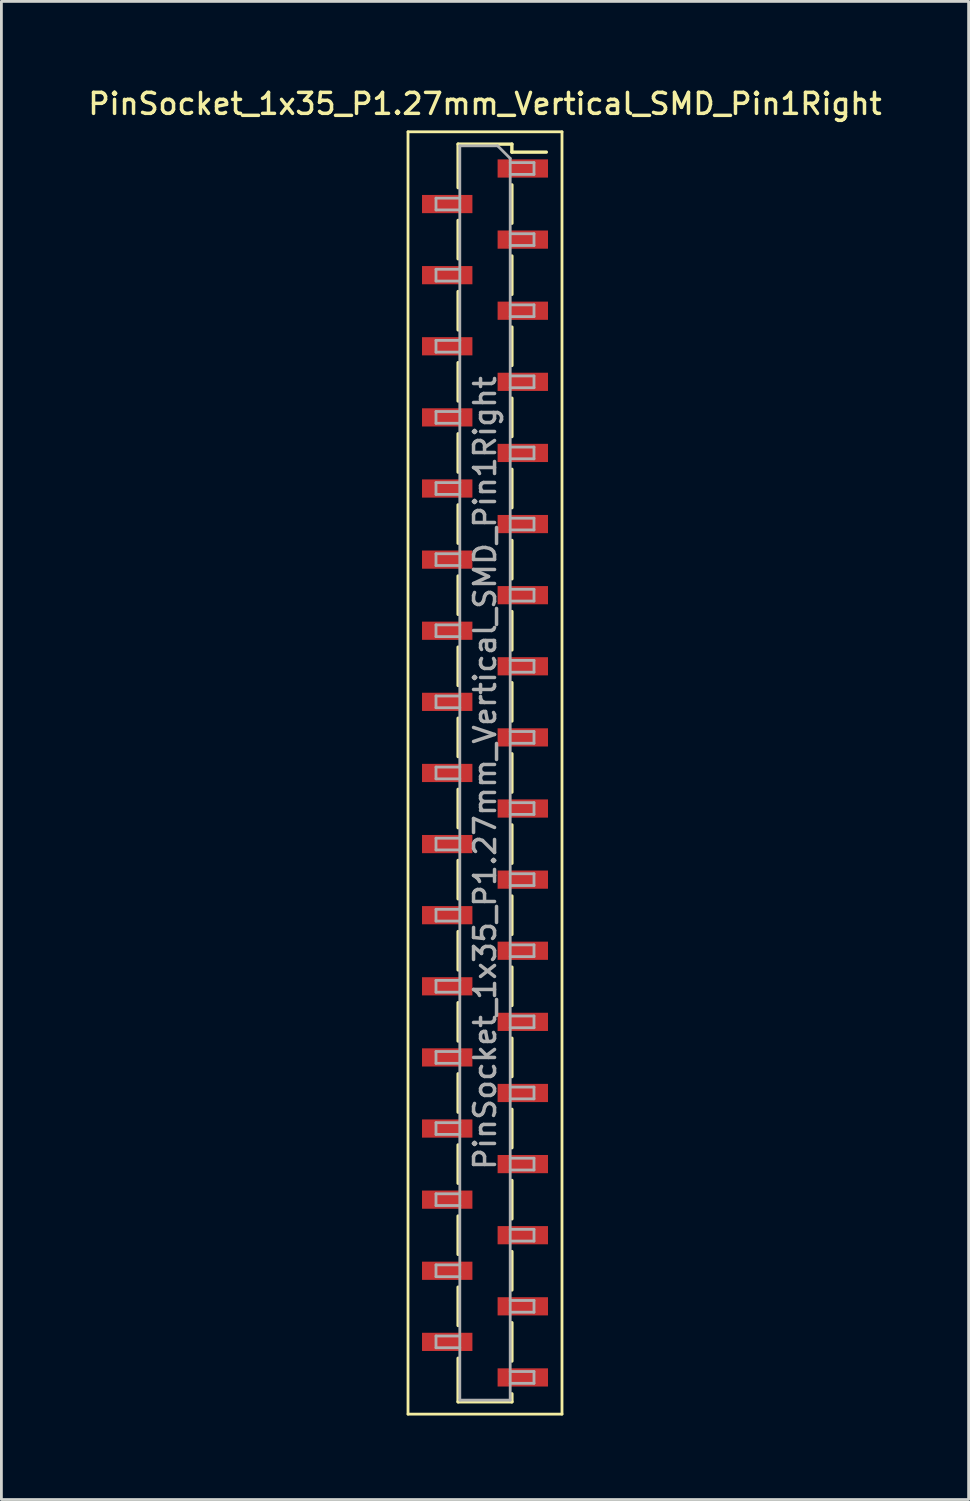
<source format=kicad_pcb>
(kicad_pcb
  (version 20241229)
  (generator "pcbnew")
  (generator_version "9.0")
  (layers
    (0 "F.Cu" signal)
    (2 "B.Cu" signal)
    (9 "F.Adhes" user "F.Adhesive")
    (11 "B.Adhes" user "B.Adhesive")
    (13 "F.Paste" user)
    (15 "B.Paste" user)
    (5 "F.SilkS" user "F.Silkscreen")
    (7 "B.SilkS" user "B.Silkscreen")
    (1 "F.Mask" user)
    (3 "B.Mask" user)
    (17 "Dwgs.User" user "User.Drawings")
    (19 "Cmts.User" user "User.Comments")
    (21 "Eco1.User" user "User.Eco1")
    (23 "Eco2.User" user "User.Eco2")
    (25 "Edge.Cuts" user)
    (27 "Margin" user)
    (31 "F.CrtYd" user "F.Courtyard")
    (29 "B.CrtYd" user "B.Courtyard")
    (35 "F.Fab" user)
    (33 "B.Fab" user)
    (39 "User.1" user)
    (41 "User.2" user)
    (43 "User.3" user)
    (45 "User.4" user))
  (footprint "PinSocket_1x35_P1.27mm_Vertical_SMD_Pin1Right"
    (layer "F.Cu")
    (at 14.273 24.558)
    (property "Reference" "PinSocket_1x35_P1.27mm_Vertical_SMD_Pin1Right" (at 0 -23.9 0) (layer "F.SilkS") (effects (font (size 0.75 0.75) (thickness 0.125))))
    (attr smd)
    (fp_line (start -2.75 -22.9) (end 2.75 -22.9) (stroke (width 0.1) (type solid)) (layer "F.SilkS"))
    (fp_line (start -2.75 22.9) (end -2.75 -22.9) (stroke (width 0.1) (type solid)) (layer "F.SilkS"))
    (fp_line (start -0.96 -22.46) (end -0.96 -20.905) (stroke (width 0.12) (type solid)) (layer "F.SilkS"))
    (fp_line (start -0.96 -22.46) (end 0.96 -22.46) (stroke (width 0.12) (type solid)) (layer "F.SilkS"))
    (fp_line (start -0.96 -19.735) (end -0.96 -18.365) (stroke (width 0.12) (type solid)) (layer "F.SilkS"))
    (fp_line (start -0.96 -17.195) (end -0.96 -15.825) (stroke (width 0.12) (type solid)) (layer "F.SilkS"))
    (fp_line (start -0.96 -14.655) (end -0.96 -13.285) (stroke (width 0.12) (type solid)) (layer "F.SilkS"))
    (fp_line (start -0.96 -12.115) (end -0.96 -10.745) (stroke (width 0.12) (type solid)) (layer "F.SilkS"))
    (fp_line (start -0.96 -9.575) (end -0.96 -8.205) (stroke (width 0.12) (type solid)) (layer "F.SilkS"))
    (fp_line (start -0.96 -7.035) (end -0.96 -5.665) (stroke (width 0.12) (type solid)) (layer "F.SilkS"))
    (fp_line (start -0.96 -4.495) (end -0.96 -3.125) (stroke (width 0.12) (type solid)) (layer "F.SilkS"))
    (fp_line (start -0.96 -1.955) (end -0.96 -0.585) (stroke (width 0.12) (type solid)) (layer "F.SilkS"))
    (fp_line (start -0.96 0.585) (end -0.96 1.955) (stroke (width 0.12) (type solid)) (layer "F.SilkS"))
    (fp_line (start -0.96 3.125) (end -0.96 4.495) (stroke (width 0.12) (type solid)) (layer "F.SilkS"))
    (fp_line (start -0.96 5.665) (end -0.96 7.035) (stroke (width 0.12) (type solid)) (layer "F.SilkS"))
    (fp_line (start -0.96 8.205) (end -0.96 9.575) (stroke (width 0.12) (type solid)) (layer "F.SilkS"))
    (fp_line (start -0.96 10.745) (end -0.96 12.115) (stroke (width 0.12) (type solid)) (layer "F.SilkS"))
    (fp_line (start -0.96 13.285) (end -0.96 14.655) (stroke (width 0.12) (type solid)) (layer "F.SilkS"))
    (fp_line (start -0.96 15.825) (end -0.96 17.195) (stroke (width 0.12) (type solid)) (layer "F.SilkS"))
    (fp_line (start -0.96 18.365) (end -0.96 19.735) (stroke (width 0.12) (type solid)) (layer "F.SilkS"))
    (fp_line (start -0.96 20.905) (end -0.96 22.46) (stroke (width 0.12) (type solid)) (layer "F.SilkS"))
    (fp_line (start -0.96 22.46) (end 0.96 22.46) (stroke (width 0.12) (type solid)) (layer "F.SilkS"))
    (fp_line (start 0.96 -22.46) (end 0.96 -22.175) (stroke (width 0.12) (type solid)) (layer "F.SilkS"))
    (fp_line (start 0.96 -22.175) (end 2.19 -22.175) (stroke (width 0.12) (type solid)) (layer "F.SilkS"))
    (fp_line (start 0.96 -21.005) (end 0.96 -19.635) (stroke (width 0.12) (type solid)) (layer "F.SilkS"))
    (fp_line (start 0.96 -18.465) (end 0.96 -17.095) (stroke (width 0.12) (type solid)) (layer "F.SilkS"))
    (fp_line (start 0.96 -15.925) (end 0.96 -14.555) (stroke (width 0.12) (type solid)) (layer "F.SilkS"))
    (fp_line (start 0.96 -13.385) (end 0.96 -12.015) (stroke (width 0.12) (type solid)) (layer "F.SilkS"))
    (fp_line (start 0.96 -10.845) (end 0.96 -9.475) (stroke (width 0.12) (type solid)) (layer "F.SilkS"))
    (fp_line (start 0.96 -8.305) (end 0.96 -6.935) (stroke (width 0.12) (type solid)) (layer "F.SilkS"))
    (fp_line (start 0.96 -5.765) (end 0.96 -4.395) (stroke (width 0.12) (type solid)) (layer "F.SilkS"))
    (fp_line (start 0.96 -3.225) (end 0.96 -1.855) (stroke (width 0.12) (type solid)) (layer "F.SilkS"))
    (fp_line (start 0.96 -0.685) (end 0.96 0.685) (stroke (width 0.12) (type solid)) (layer "F.SilkS"))
    (fp_line (start 0.96 1.855) (end 0.96 3.225) (stroke (width 0.12) (type solid)) (layer "F.SilkS"))
    (fp_line (start 0.96 4.395) (end 0.96 5.765) (stroke (width 0.12) (type solid)) (layer "F.SilkS"))
    (fp_line (start 0.96 6.935) (end 0.96 8.305) (stroke (width 0.12) (type solid)) (layer "F.SilkS"))
    (fp_line (start 0.96 9.475) (end 0.96 10.845) (stroke (width 0.12) (type solid)) (layer "F.SilkS"))
    (fp_line (start 0.96 12.015) (end 0.96 13.385) (stroke (width 0.12) (type solid)) (layer "F.SilkS"))
    (fp_line (start 0.96 14.555) (end 0.96 15.925) (stroke (width 0.12) (type solid)) (layer "F.SilkS"))
    (fp_line (start 0.96 17.095) (end 0.96 18.465) (stroke (width 0.12) (type solid)) (layer "F.SilkS"))
    (fp_line (start 0.96 19.635) (end 0.96 21.005) (stroke (width 0.12) (type solid)) (layer "F.SilkS"))
    (fp_line (start 0.96 22.175) (end 0.96 22.46) (stroke (width 0.12) (type solid)) (layer "F.SilkS"))
    (fp_line (start 2.75 -22.9) (end 2.75 22.9) (stroke (width 0.1) (type solid)) (layer "F.SilkS"))
    (fp_line (start 2.75 22.9) (end -2.75 22.9) (stroke (width 0.1) (type solid)) (layer "F.SilkS"))
    (fp_line (start -1.75 -20.53) (end -0.9 -20.53) (stroke (width 0.1) (type solid)) (layer "F.Fab"))
    (fp_line (start -1.75 -20.11) (end -1.75 -20.53) (stroke (width 0.1) (type solid)) (layer "F.Fab"))
    (fp_line (start -1.75 -17.99) (end -0.9 -17.99) (stroke (width 0.1) (type solid)) (layer "F.Fab"))
    (fp_line (start -1.75 -17.57) (end -1.75 -17.99) (stroke (width 0.1) (type solid)) (layer "F.Fab"))
    (fp_line (start -1.75 -15.45) (end -0.9 -15.45) (stroke (width 0.1) (type solid)) (layer "F.Fab"))
    (fp_line (start -1.75 -15.03) (end -1.75 -15.45) (stroke (width 0.1) (type solid)) (layer "F.Fab"))
    (fp_line (start -1.75 -12.91) (end -0.9 -12.91) (stroke (width 0.1) (type solid)) (layer "F.Fab"))
    (fp_line (start -1.75 -12.49) (end -1.75 -12.91) (stroke (width 0.1) (type solid)) (layer "F.Fab"))
    (fp_line (start -1.75 -10.37) (end -0.9 -10.37) (stroke (width 0.1) (type solid)) (layer "F.Fab"))
    (fp_line (start -1.75 -9.95) (end -1.75 -10.37) (stroke (width 0.1) (type solid)) (layer "F.Fab"))
    (fp_line (start -1.75 -7.83) (end -0.9 -7.83) (stroke (width 0.1) (type solid)) (layer "F.Fab"))
    (fp_line (start -1.75 -7.41) (end -1.75 -7.83) (stroke (width 0.1) (type solid)) (layer "F.Fab"))
    (fp_line (start -1.75 -5.29) (end -0.9 -5.29) (stroke (width 0.1) (type solid)) (layer "F.Fab"))
    (fp_line (start -1.75 -4.87) (end -1.75 -5.29) (stroke (width 0.1) (type solid)) (layer "F.Fab"))
    (fp_line (start -1.75 -2.75) (end -0.9 -2.75) (stroke (width 0.1) (type solid)) (layer "F.Fab"))
    (fp_line (start -1.75 -2.33) (end -1.75 -2.75) (stroke (width 0.1) (type solid)) (layer "F.Fab"))
    (fp_line (start -1.75 -0.21) (end -0.9 -0.21) (stroke (width 0.1) (type solid)) (layer "F.Fab"))
    (fp_line (start -1.75 0.21) (end -1.75 -0.21) (stroke (width 0.1) (type solid)) (layer "F.Fab"))
    (fp_line (start -1.75 2.33) (end -0.9 2.33) (stroke (width 0.1) (type solid)) (layer "F.Fab"))
    (fp_line (start -1.75 2.75) (end -1.75 2.33) (stroke (width 0.1) (type solid)) (layer "F.Fab"))
    (fp_line (start -1.75 4.87) (end -0.9 4.87) (stroke (width 0.1) (type solid)) (layer "F.Fab"))
    (fp_line (start -1.75 5.29) (end -1.75 4.87) (stroke (width 0.1) (type solid)) (layer "F.Fab"))
    (fp_line (start -1.75 7.41) (end -0.9 7.41) (stroke (width 0.1) (type solid)) (layer "F.Fab"))
    (fp_line (start -1.75 7.83) (end -1.75 7.41) (stroke (width 0.1) (type solid)) (layer "F.Fab"))
    (fp_line (start -1.75 9.95) (end -0.9 9.95) (stroke (width 0.1) (type solid)) (layer "F.Fab"))
    (fp_line (start -1.75 10.37) (end -1.75 9.95) (stroke (width 0.1) (type solid)) (layer "F.Fab"))
    (fp_line (start -1.75 12.49) (end -0.9 12.49) (stroke (width 0.1) (type solid)) (layer "F.Fab"))
    (fp_line (start -1.75 12.91) (end -1.75 12.49) (stroke (width 0.1) (type solid)) (layer "F.Fab"))
    (fp_line (start -1.75 15.03) (end -0.9 15.03) (stroke (width 0.1) (type solid)) (layer "F.Fab"))
    (fp_line (start -1.75 15.45) (end -1.75 15.03) (stroke (width 0.1) (type solid)) (layer "F.Fab"))
    (fp_line (start -1.75 17.57) (end -0.9 17.57) (stroke (width 0.1) (type solid)) (layer "F.Fab"))
    (fp_line (start -1.75 17.99) (end -1.75 17.57) (stroke (width 0.1) (type solid)) (layer "F.Fab"))
    (fp_line (start -1.75 20.11) (end -0.9 20.11) (stroke (width 0.1) (type solid)) (layer "F.Fab"))
    (fp_line (start -1.75 20.53) (end -1.75 20.11) (stroke (width 0.1) (type solid)) (layer "F.Fab"))
    (fp_line (start -0.9 -22.4) (end 0.45 -22.4) (stroke (width 0.1) (type solid)) (layer "F.Fab"))
    (fp_line (start -0.9 -20.11) (end -1.75 -20.11) (stroke (width 0.1) (type solid)) (layer "F.Fab"))
    (fp_line (start -0.9 -17.57) (end -1.75 -17.57) (stroke (width 0.1) (type solid)) (layer "F.Fab"))
    (fp_line (start -0.9 -15.03) (end -1.75 -15.03) (stroke (width 0.1) (type solid)) (layer "F.Fab"))
    (fp_line (start -0.9 -12.49) (end -1.75 -12.49) (stroke (width 0.1) (type solid)) (layer "F.Fab"))
    (fp_line (start -0.9 -9.95) (end -1.75 -9.95) (stroke (width 0.1) (type solid)) (layer "F.Fab"))
    (fp_line (start -0.9 -7.41) (end -1.75 -7.41) (stroke (width 0.1) (type solid)) (layer "F.Fab"))
    (fp_line (start -0.9 -4.87) (end -1.75 -4.87) (stroke (width 0.1) (type solid)) (layer "F.Fab"))
    (fp_line (start -0.9 -2.33) (end -1.75 -2.33) (stroke (width 0.1) (type solid)) (layer "F.Fab"))
    (fp_line (start -0.9 0.21) (end -1.75 0.21) (stroke (width 0.1) (type solid)) (layer "F.Fab"))
    (fp_line (start -0.9 2.75) (end -1.75 2.75) (stroke (width 0.1) (type solid)) (layer "F.Fab"))
    (fp_line (start -0.9 5.29) (end -1.75 5.29) (stroke (width 0.1) (type solid)) (layer "F.Fab"))
    (fp_line (start -0.9 7.83) (end -1.75 7.83) (stroke (width 0.1) (type solid)) (layer "F.Fab"))
    (fp_line (start -0.9 10.37) (end -1.75 10.37) (stroke (width 0.1) (type solid)) (layer "F.Fab"))
    (fp_line (start -0.9 12.91) (end -1.75 12.91) (stroke (width 0.1) (type solid)) (layer "F.Fab"))
    (fp_line (start -0.9 15.45) (end -1.75 15.45) (stroke (width 0.1) (type solid)) (layer "F.Fab"))
    (fp_line (start -0.9 17.99) (end -1.75 17.99) (stroke (width 0.1) (type solid)) (layer "F.Fab"))
    (fp_line (start -0.9 20.53) (end -1.75 20.53) (stroke (width 0.1) (type solid)) (layer "F.Fab"))
    (fp_line (start -0.9 22.4) (end -0.9 -22.4) (stroke (width 0.1) (type solid)) (layer "F.Fab"))
    (fp_line (start 0.45 -22.4) (end 0.9 -21.95) (stroke (width 0.1) (type solid)) (layer "F.Fab"))
    (fp_line (start 0.9 -21.95) (end 0.9 22.4) (stroke (width 0.1) (type solid)) (layer "F.Fab"))
    (fp_line (start 0.9 -21.8) (end 1.75 -21.8) (stroke (width 0.1) (type solid)) (layer "F.Fab"))
    (fp_line (start 0.9 -19.26) (end 1.75 -19.26) (stroke (width 0.1) (type solid)) (layer "F.Fab"))
    (fp_line (start 0.9 -16.72) (end 1.75 -16.72) (stroke (width 0.1) (type solid)) (layer "F.Fab"))
    (fp_line (start 0.9 -14.18) (end 1.75 -14.18) (stroke (width 0.1) (type solid)) (layer "F.Fab"))
    (fp_line (start 0.9 -11.64) (end 1.75 -11.64) (stroke (width 0.1) (type solid)) (layer "F.Fab"))
    (fp_line (start 0.9 -9.1) (end 1.75 -9.1) (stroke (width 0.1) (type solid)) (layer "F.Fab"))
    (fp_line (start 0.9 -6.56) (end 1.75 -6.56) (stroke (width 0.1) (type solid)) (layer "F.Fab"))
    (fp_line (start 0.9 -4.02) (end 1.75 -4.02) (stroke (width 0.1) (type solid)) (layer "F.Fab"))
    (fp_line (start 0.9 -1.48) (end 1.75 -1.48) (stroke (width 0.1) (type solid)) (layer "F.Fab"))
    (fp_line (start 0.9 1.06) (end 1.75 1.06) (stroke (width 0.1) (type solid)) (layer "F.Fab"))
    (fp_line (start 0.9 3.6) (end 1.75 3.6) (stroke (width 0.1) (type solid)) (layer "F.Fab"))
    (fp_line (start 0.9 6.14) (end 1.75 6.14) (stroke (width 0.1) (type solid)) (layer "F.Fab"))
    (fp_line (start 0.9 8.68) (end 1.75 8.68) (stroke (width 0.1) (type solid)) (layer "F.Fab"))
    (fp_line (start 0.9 11.22) (end 1.75 11.22) (stroke (width 0.1) (type solid)) (layer "F.Fab"))
    (fp_line (start 0.9 13.76) (end 1.75 13.76) (stroke (width 0.1) (type solid)) (layer "F.Fab"))
    (fp_line (start 0.9 16.3) (end 1.75 16.3) (stroke (width 0.1) (type solid)) (layer "F.Fab"))
    (fp_line (start 0.9 18.84) (end 1.75 18.84) (stroke (width 0.1) (type solid)) (layer "F.Fab"))
    (fp_line (start 0.9 21.38) (end 1.75 21.38) (stroke (width 0.1) (type solid)) (layer "F.Fab"))
    (fp_line (start 0.9 22.4) (end -0.9 22.4) (stroke (width 0.1) (type solid)) (layer "F.Fab"))
    (fp_line (start 1.75 -21.8) (end 1.75 -21.38) (stroke (width 0.1) (type solid)) (layer "F.Fab"))
    (fp_line (start 1.75 -21.38) (end 0.9 -21.38) (stroke (width 0.1) (type solid)) (layer "F.Fab"))
    (fp_line (start 1.75 -19.26) (end 1.75 -18.84) (stroke (width 0.1) (type solid)) (layer "F.Fab"))
    (fp_line (start 1.75 -18.84) (end 0.9 -18.84) (stroke (width 0.1) (type solid)) (layer "F.Fab"))
    (fp_line (start 1.75 -16.72) (end 1.75 -16.3) (stroke (width 0.1) (type solid)) (layer "F.Fab"))
    (fp_line (start 1.75 -16.3) (end 0.9 -16.3) (stroke (width 0.1) (type solid)) (layer "F.Fab"))
    (fp_line (start 1.75 -14.18) (end 1.75 -13.76) (stroke (width 0.1) (type solid)) (layer "F.Fab"))
    (fp_line (start 1.75 -13.76) (end 0.9 -13.76) (stroke (width 0.1) (type solid)) (layer "F.Fab"))
    (fp_line (start 1.75 -11.64) (end 1.75 -11.22) (stroke (width 0.1) (type solid)) (layer "F.Fab"))
    (fp_line (start 1.75 -11.22) (end 0.9 -11.22) (stroke (width 0.1) (type solid)) (layer "F.Fab"))
    (fp_line (start 1.75 -9.1) (end 1.75 -8.68) (stroke (width 0.1) (type solid)) (layer "F.Fab"))
    (fp_line (start 1.75 -8.68) (end 0.9 -8.68) (stroke (width 0.1) (type solid)) (layer "F.Fab"))
    (fp_line (start 1.75 -6.56) (end 1.75 -6.14) (stroke (width 0.1) (type solid)) (layer "F.Fab"))
    (fp_line (start 1.75 -6.14) (end 0.9 -6.14) (stroke (width 0.1) (type solid)) (layer "F.Fab"))
    (fp_line (start 1.75 -4.02) (end 1.75 -3.6) (stroke (width 0.1) (type solid)) (layer "F.Fab"))
    (fp_line (start 1.75 -3.6) (end 0.9 -3.6) (stroke (width 0.1) (type solid)) (layer "F.Fab"))
    (fp_line (start 1.75 -1.48) (end 1.75 -1.06) (stroke (width 0.1) (type solid)) (layer "F.Fab"))
    (fp_line (start 1.75 -1.06) (end 0.9 -1.06) (stroke (width 0.1) (type solid)) (layer "F.Fab"))
    (fp_line (start 1.75 1.06) (end 1.75 1.48) (stroke (width 0.1) (type solid)) (layer "F.Fab"))
    (fp_line (start 1.75 1.48) (end 0.9 1.48) (stroke (width 0.1) (type solid)) (layer "F.Fab"))
    (fp_line (start 1.75 3.6) (end 1.75 4.02) (stroke (width 0.1) (type solid)) (layer "F.Fab"))
    (fp_line (start 1.75 4.02) (end 0.9 4.02) (stroke (width 0.1) (type solid)) (layer "F.Fab"))
    (fp_line (start 1.75 6.14) (end 1.75 6.56) (stroke (width 0.1) (type solid)) (layer "F.Fab"))
    (fp_line (start 1.75 6.56) (end 0.9 6.56) (stroke (width 0.1) (type solid)) (layer "F.Fab"))
    (fp_line (start 1.75 8.68) (end 1.75 9.1) (stroke (width 0.1) (type solid)) (layer "F.Fab"))
    (fp_line (start 1.75 9.1) (end 0.9 9.1) (stroke (width 0.1) (type solid)) (layer "F.Fab"))
    (fp_line (start 1.75 11.22) (end 1.75 11.64) (stroke (width 0.1) (type solid)) (layer "F.Fab"))
    (fp_line (start 1.75 11.64) (end 0.9 11.64) (stroke (width 0.1) (type solid)) (layer "F.Fab"))
    (fp_line (start 1.75 13.76) (end 1.75 14.18) (stroke (width 0.1) (type solid)) (layer "F.Fab"))
    (fp_line (start 1.75 14.18) (end 0.9 14.18) (stroke (width 0.1) (type solid)) (layer "F.Fab"))
    (fp_line (start 1.75 16.3) (end 1.75 16.72) (stroke (width 0.1) (type solid)) (layer "F.Fab"))
    (fp_line (start 1.75 16.72) (end 0.9 16.72) (stroke (width 0.1) (type solid)) (layer "F.Fab"))
    (fp_line (start 1.75 18.84) (end 1.75 19.26) (stroke (width 0.1) (type solid)) (layer "F.Fab"))
    (fp_line (start 1.75 19.26) (end 0.9 19.26) (stroke (width 0.1) (type solid)) (layer "F.Fab"))
    (fp_line (start 1.75 21.38) (end 1.75 21.8) (stroke (width 0.1) (type solid)) (layer "F.Fab"))
    (fp_line (start 1.75 21.8) (end 0.9 21.8) (stroke (width 0.1) (type solid)) (layer "F.Fab"))
    (fp_text user "${REFERENCE}" (at 0 0 90) (layer "F.Fab") (effects (font (size 0.75 0.75) (thickness 0.125))))
    (pad "1" smd rect (at 1.35 -21.59) (size 1.8 0.65) (layers "F.Cu" "F.Mask" "F.Paste"))
    (pad "2" smd rect (at -1.35 -20.32) (size 1.8 0.65) (layers "F.Cu" "F.Mask" "F.Paste"))
    (pad "3" smd rect (at 1.35 -19.05) (size 1.8 0.65) (layers "F.Cu" "F.Mask" "F.Paste"))
    (pad "4" smd rect (at -1.35 -17.78) (size 1.8 0.65) (layers "F.Cu" "F.Mask" "F.Paste"))
    (pad "5" smd rect (at 1.35 -16.51) (size 1.8 0.65) (layers "F.Cu" "F.Mask" "F.Paste"))
    (pad "6" smd rect (at -1.35 -15.24) (size 1.8 0.65) (layers "F.Cu" "F.Mask" "F.Paste"))
    (pad "7" smd rect (at 1.35 -13.97) (size 1.8 0.65) (layers "F.Cu" "F.Mask" "F.Paste"))
    (pad "8" smd rect (at -1.35 -12.7) (size 1.8 0.65) (layers "F.Cu" "F.Mask" "F.Paste"))
    (pad "9" smd rect (at 1.35 -11.43) (size 1.8 0.65) (layers "F.Cu" "F.Mask" "F.Paste"))
    (pad "10" smd rect (at -1.35 -10.16) (size 1.8 0.65) (layers "F.Cu" "F.Mask" "F.Paste"))
    (pad "11" smd rect (at 1.35 -8.89) (size 1.8 0.65) (layers "F.Cu" "F.Mask" "F.Paste"))
    (pad "12" smd rect (at -1.35 -7.62) (size 1.8 0.65) (layers "F.Cu" "F.Mask" "F.Paste"))
    (pad "13" smd rect (at 1.35 -6.35) (size 1.8 0.65) (layers "F.Cu" "F.Mask" "F.Paste"))
    (pad "14" smd rect (at -1.35 -5.08) (size 1.8 0.65) (layers "F.Cu" "F.Mask" "F.Paste"))
    (pad "15" smd rect (at 1.35 -3.81) (size 1.8 0.65) (layers "F.Cu" "F.Mask" "F.Paste"))
    (pad "16" smd rect (at -1.35 -2.54) (size 1.8 0.65) (layers "F.Cu" "F.Mask" "F.Paste"))
    (pad "17" smd rect (at 1.35 -1.27) (size 1.8 0.65) (layers "F.Cu" "F.Mask" "F.Paste"))
    (pad "18" smd rect (at -1.35 0) (size 1.8 0.65) (layers "F.Cu" "F.Mask" "F.Paste"))
    (pad "19" smd rect (at 1.35 1.27) (size 1.8 0.65) (layers "F.Cu" "F.Mask" "F.Paste"))
    (pad "20" smd rect (at -1.35 2.54) (size 1.8 0.65) (layers "F.Cu" "F.Mask" "F.Paste"))
    (pad "21" smd rect (at 1.35 3.81) (size 1.8 0.65) (layers "F.Cu" "F.Mask" "F.Paste"))
    (pad "22" smd rect (at -1.35 5.08) (size 1.8 0.65) (layers "F.Cu" "F.Mask" "F.Paste"))
    (pad "23" smd rect (at 1.35 6.35) (size 1.8 0.65) (layers "F.Cu" "F.Mask" "F.Paste"))
    (pad "24" smd rect (at -1.35 7.62) (size 1.8 0.65) (layers "F.Cu" "F.Mask" "F.Paste"))
    (pad "25" smd rect (at 1.35 8.89) (size 1.8 0.65) (layers "F.Cu" "F.Mask" "F.Paste"))
    (pad "26" smd rect (at -1.35 10.16) (size 1.8 0.65) (layers "F.Cu" "F.Mask" "F.Paste"))
    (pad "27" smd rect (at 1.35 11.43) (size 1.8 0.65) (layers "F.Cu" "F.Mask" "F.Paste"))
    (pad "28" smd rect (at -1.35 12.7) (size 1.8 0.65) (layers "F.Cu" "F.Mask" "F.Paste"))
    (pad "29" smd rect (at 1.35 13.97) (size 1.8 0.65) (layers "F.Cu" "F.Mask" "F.Paste"))
    (pad "30" smd rect (at -1.35 15.24) (size 1.8 0.65) (layers "F.Cu" "F.Mask" "F.Paste"))
    (pad "31" smd rect (at 1.35 16.51) (size 1.8 0.65) (layers "F.Cu" "F.Mask" "F.Paste"))
    (pad "32" smd rect (at -1.35 17.78) (size 1.8 0.65) (layers "F.Cu" "F.Mask" "F.Paste"))
    (pad "33" smd rect (at 1.35 19.05) (size 1.8 0.65) (layers "F.Cu" "F.Mask" "F.Paste"))
    (pad "34" smd rect (at -1.35 20.32) (size 1.8 0.65) (layers "F.Cu" "F.Mask" "F.Paste"))
    (pad "35" smd rect (at 1.35 21.59) (size 1.8 0.65) (layers "F.Cu" "F.Mask" "F.Paste")))
  (gr_rect
    (start -3 -3)
    (end 31.546 50.508)
    (stroke (width 0.1) (type default))
    (fill no)
    (layer "Edge.Cuts")))
</source>
